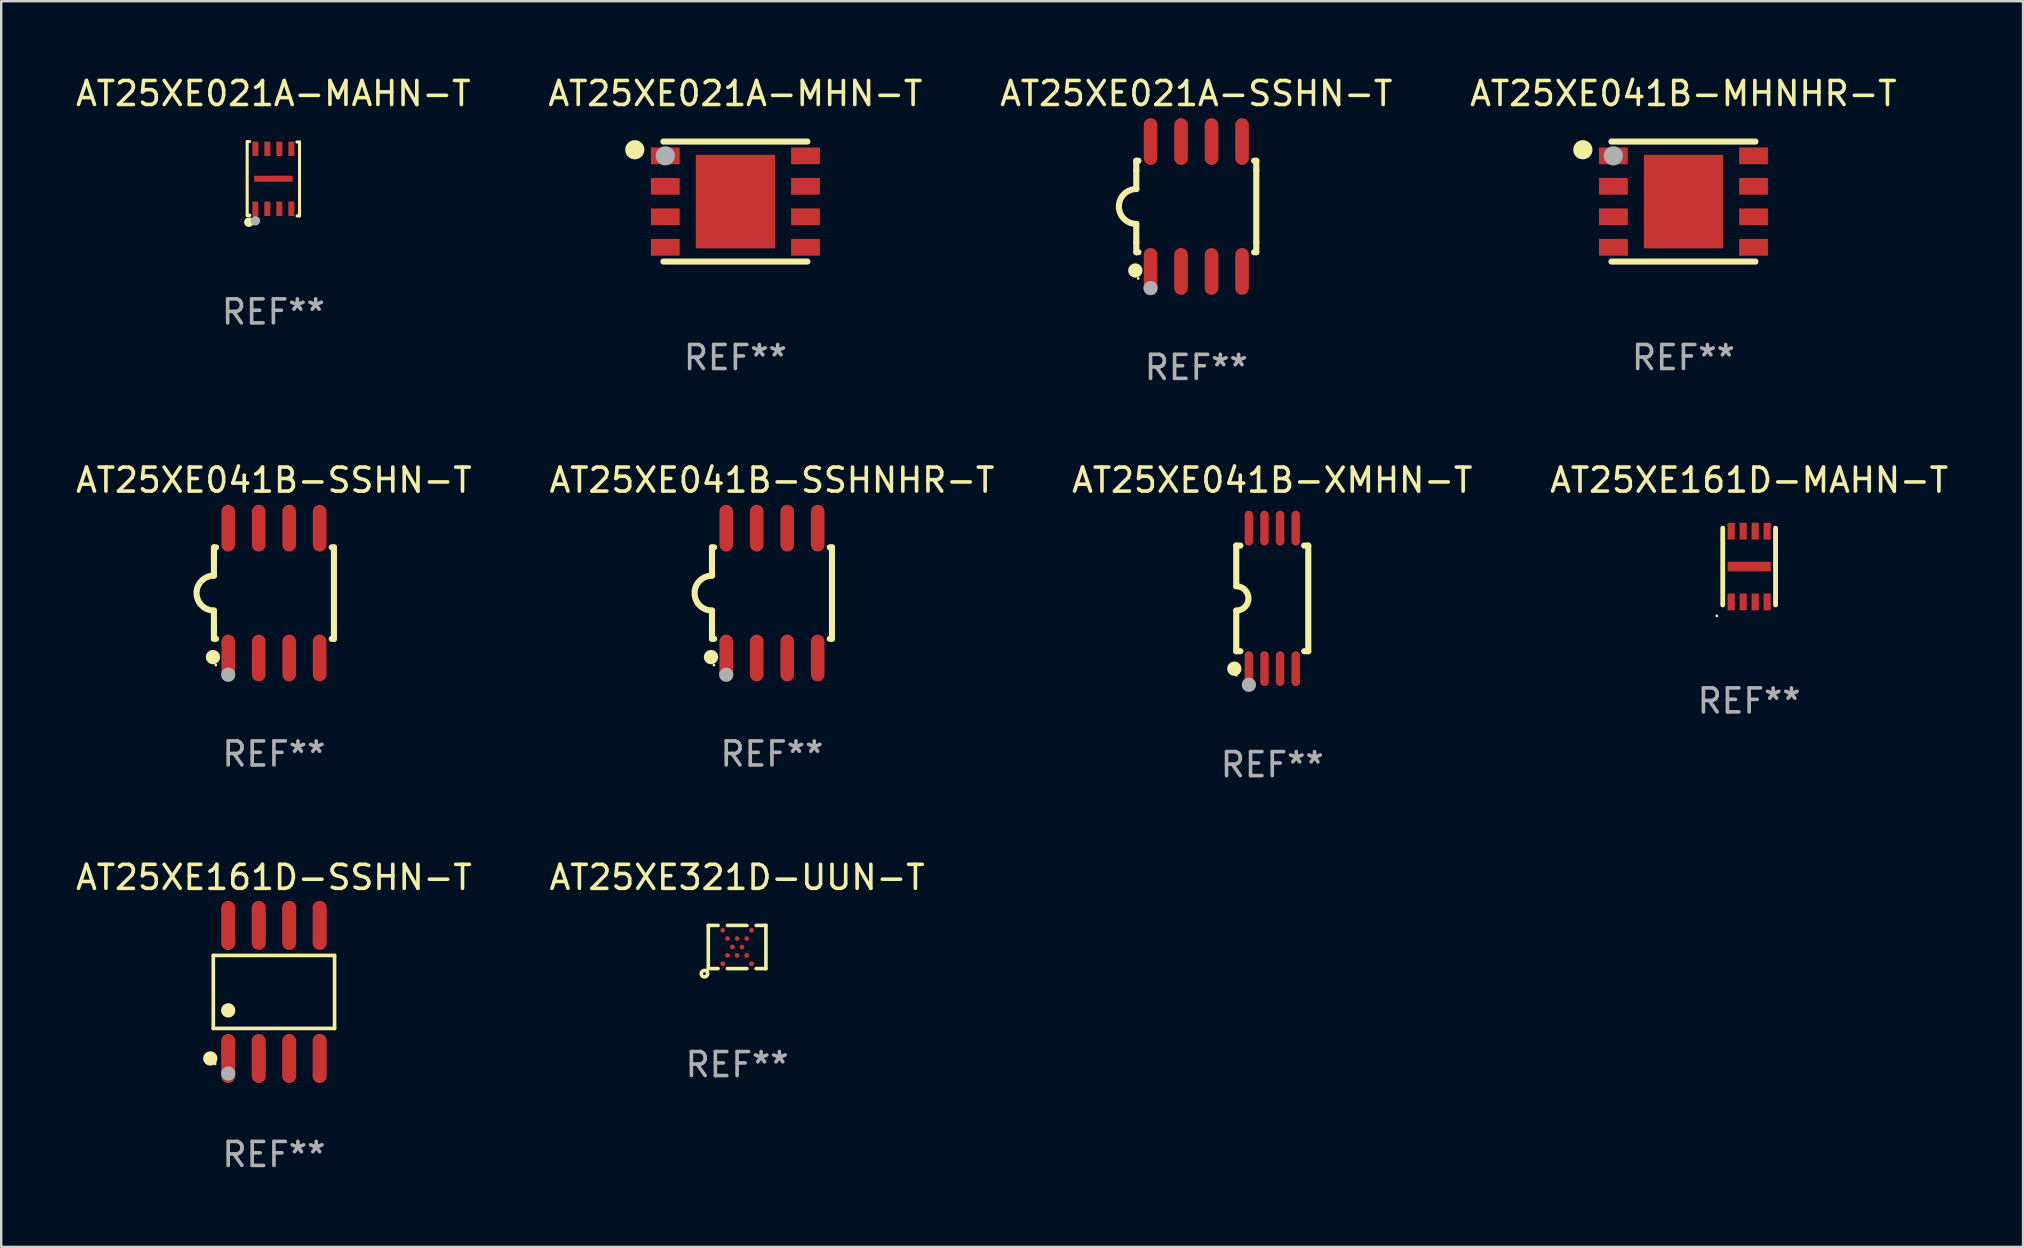
<source format=kicad_pcb>
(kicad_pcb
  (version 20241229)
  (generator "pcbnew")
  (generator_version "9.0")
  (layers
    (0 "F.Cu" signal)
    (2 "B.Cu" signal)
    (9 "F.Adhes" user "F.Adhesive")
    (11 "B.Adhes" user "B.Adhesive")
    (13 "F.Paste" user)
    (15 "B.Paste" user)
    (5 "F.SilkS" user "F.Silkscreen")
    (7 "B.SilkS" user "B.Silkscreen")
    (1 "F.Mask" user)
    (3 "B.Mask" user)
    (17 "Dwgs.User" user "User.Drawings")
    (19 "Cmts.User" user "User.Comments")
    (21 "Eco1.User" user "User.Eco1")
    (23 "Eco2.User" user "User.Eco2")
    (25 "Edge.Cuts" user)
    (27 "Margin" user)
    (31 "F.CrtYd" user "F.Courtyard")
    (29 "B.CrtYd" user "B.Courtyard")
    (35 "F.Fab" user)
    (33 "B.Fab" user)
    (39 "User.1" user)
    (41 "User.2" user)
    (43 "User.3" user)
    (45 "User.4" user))
  (footprint "AT25XE321D-UUN-T"
    (layer "F.Cu")
    (at 27.661 36.406)
    (property "Reference" "AT25XE321D-UUN-T" (at 0 -2.9 0) (layer "F.SilkS") (effects (font (size 1 1) (thickness 0.15))))
    (attr through_hole)
    (fp_line (start -1.2 -0.9) (end -1.2 0.9) (stroke (width 0.15) (type solid)) (layer "F.SilkS"))
    (fp_line (start -1.2 -0.9) (end -0.794 -0.9) (stroke (width 0.15) (type solid)) (layer "F.SilkS"))
    (fp_line (start -1.2 0.9) (end -0.794 0.9) (stroke (width 0.15) (type solid)) (layer "F.SilkS"))
    (fp_line (start -0.406 -0.9) (end 0.406 -0.9) (stroke (width 0.15) (type solid)) (layer "F.SilkS"))
    (fp_line (start -0.406 0.9) (end 0.406 0.9) (stroke (width 0.15) (type solid)) (layer "F.SilkS"))
    (fp_line (start 0.794 -0.9) (end 1.2 -0.9) (stroke (width 0.15) (type solid)) (layer "F.SilkS"))
    (fp_line (start 0.794 0.9) (end 1.2 0.9) (stroke (width 0.15) (type solid)) (layer "F.SilkS"))
    (fp_line (start 1.2 -0.9) (end 1.2 0.9) (stroke (width 0.15) (type solid)) (layer "F.SilkS"))
    (fp_circle (center -1.36 1.11) (end -1.3 1.11) (stroke (width 0.15) (type solid)) (fill no) (layer "F.SilkS"))
    (fp_text user "REF**" (at 0 4.9 0) (layer "F.Fab") (effects (font (size 1 1) (thickness 0.15))))
    (pad "A1" smd circle (at -0.6 0.7) (size 0.2 0.2) (layers "F.Cu" "F.Mask" "F.Paste"))
    (pad "A5" smd circle (at -0.6 -0.7) (size 0.2 0.2) (layers "F.Cu" "F.Mask" "F.Paste"))
    (pad "B2" smd circle (at -0.4 0.35) (size 0.2 0.2) (layers "F.Cu" "F.Mask" "F.Paste"))
    (pad "B4" smd circle (at -0.4 -0.35) (size 0.2 0.2) (layers "F.Cu" "F.Mask" "F.Paste"))
    (pad "C3" smd circle (at -0.2 0.000013) (size 0.2 0.2) (layers "F.Cu" "F.Mask" "F.Paste"))
    (pad "D2" smd circle (at 0 0.35) (size 0.2 0.2) (layers "F.Cu" "F.Mask" "F.Paste"))
    (pad "D4" smd circle (at 0 -0.35) (size 0.2 0.2) (layers "F.Cu" "F.Mask" "F.Paste"))
    (pad "E3" smd circle (at 0.2 0.000013) (size 0.2 0.2) (layers "F.Cu" "F.Mask" "F.Paste"))
    (pad "F2" smd circle (at 0.4 0.35) (size 0.2 0.2) (layers "F.Cu" "F.Mask" "F.Paste"))
    (pad "F4" smd circle (at 0.4 -0.35) (size 0.2 0.2) (layers "F.Cu" "F.Mask" "F.Paste"))
    (pad "G1" smd circle (at 0.6 0.7) (size 0.2 0.2) (layers "F.Cu" "F.Mask" "F.Paste"))
    (pad "G5" smd circle (at 0.6 -0.7) (size 0.2 0.2) (layers "F.Cu" "F.Mask" "F.Paste")))
  (footprint "AT25XE021A-MHN-T"
    (layer "F.Cu")
    (at 27.589 5.348)
    (property "Reference" "AT25XE021A-MHN-T" (at 0 -4.5 0) (layer "F.SilkS") (effects (font (size 1 1) (thickness 0.15))))
    (attr through_hole)
    (fp_line (start 3 -2.5) (end -3 -2.5) (stroke (width 0.254) (type solid)) (layer "F.SilkS"))
    (fp_line (start 3 2.5) (end -3 2.5) (stroke (width 0.254) (type solid)) (layer "F.SilkS"))
    (fp_circle (center -4.191 -2.159) (end -3.991 -2.159) (stroke (width 0.4) (type solid)) (fill no) (layer "F.SilkS"))
    (fp_circle (center -3 -2.5) (end -2.97 -2.5) (stroke (width 0.06) (type solid)) (fill no) (layer "F.SilkS"))
    (fp_circle (center -2.92 -1.905) (end -2.72 -1.905) (stroke (width 0.4) (type solid)) (fill no) (layer "F.Fab"))
    (fp_text user "REF**" (at 0 6.5 0) (layer "F.Fab") (effects (font (size 1 1) (thickness 0.15))))
    (pad "1" smd rect (at -2.92 -1.905) (size 1.2 0.7) (layers "F.Cu" "F.Mask" "F.Paste"))
    (pad "2" smd rect (at -2.92 -0.635) (size 1.2 0.7) (layers "F.Cu" "F.Mask" "F.Paste"))
    (pad "3" smd rect (at -2.92 0.635) (size 1.2 0.7) (layers "F.Cu" "F.Mask" "F.Paste"))
    (pad "4" smd rect (at -2.92 1.905) (size 1.2 0.7) (layers "F.Cu" "F.Mask" "F.Paste"))
    (pad "5" smd rect (at 2.92 1.905) (size 1.2 0.7) (layers "F.Cu" "F.Mask" "F.Paste"))
    (pad "6" smd rect (at 2.92 0.635) (size 1.2 0.7) (layers "F.Cu" "F.Mask" "F.Paste"))
    (pad "7" smd rect (at 2.92 -0.635) (size 1.2 0.7) (layers "F.Cu" "F.Mask" "F.Paste"))
    (pad "8" smd rect (at 2.92 -1.905) (size 1.2 0.7) (layers "F.Cu" "F.Mask" "F.Paste"))
    (pad "9" smd rect (at 0 0) (size 3.3 3.9) (layers "F.Cu" "F.Mask" "F.Paste")))
  (footprint "AT25XE041B-SSHNHR-T"
    (layer "F.Cu")
    (at 29.113 21.66)
    (property "Reference" "AT25XE041B-SSHNHR-T" (at 0 -4.705 0) (layer "F.SilkS") (effects (font (size 1 1) (thickness 0.15))))
    (attr through_hole)
    (fp_line (start -2.5 -1.905) (end -2.409 -1.905) (stroke (width 0.254) (type solid)) (layer "F.SilkS"))
    (fp_line (start -2.5 -1.5) (end -2.5 -1.905) (stroke (width 0.254) (type solid)) (layer "F.SilkS"))
    (fp_line (start -2.5 -1.5) (end -2.5 -0.726) (stroke (width 0.254) (type solid)) (layer "F.SilkS"))
    (fp_line (start -2.5 1.5) (end -2.5 0.727) (stroke (width 0.254) (type solid)) (layer "F.SilkS"))
    (fp_line (start -2.5 1.5) (end -2.5 1.905) (stroke (width 0.254) (type solid)) (layer "F.SilkS"))
    (fp_line (start -2.5 1.905) (end -2.409 1.905) (stroke (width 0.254) (type solid)) (layer "F.SilkS"))
    (fp_line (start 2.5 -1.905) (end 2.409 -1.905) (stroke (width 0.254) (type solid)) (layer "F.SilkS"))
    (fp_line (start 2.5 -1.5) (end 2.5 -1.905) (stroke (width 0.254) (type solid)) (layer "F.SilkS"))
    (fp_line (start 2.5 -1.5) (end 2.5 1.5) (stroke (width 0.254) (type solid)) (layer "F.SilkS"))
    (fp_line (start 2.5 1.5) (end 2.5 1.905) (stroke (width 0.254) (type solid)) (layer "F.SilkS"))
    (fp_line (start 2.5 1.905) (end 2.409 1.905) (stroke (width 0.254) (type solid)) (layer "F.SilkS"))
    (fp_arc (start -2.5 0.726568) (mid -3.220316 -0.0023) (end -2.495097 -0.726289) (stroke (width 0.254001) (type solid)) (layer "F.SilkS"))
    (fp_circle (center -2.54 2.667) (end -2.39 2.667) (stroke (width 0.3) (type solid)) (fill no) (layer "F.SilkS"))
    (fp_circle (center -2.42 3) (end -2.39 3) (stroke (width 0.06) (type solid)) (fill no) (layer "F.SilkS"))
    (fp_circle (center -1.905 3.4) (end -1.755 3.4) (stroke (width 0.3) (type solid)) (fill no) (layer "F.Fab"))
    (fp_text user "REF**" (at 0 6.705 0) (layer "F.Fab") (effects (font (size 1 1) (thickness 0.15))))
    (pad "1" smd oval (at -1.905 2.705) (size 0.568 1.95) (layers "F.Cu" "F.Mask" "F.Paste"))
    (pad "2" smd oval (at -0.635 2.705) (size 0.568 1.95) (layers "F.Cu" "F.Mask" "F.Paste"))
    (pad "3" smd oval (at 0.635 2.705) (size 0.568 1.95) (layers "F.Cu" "F.Mask" "F.Paste"))
    (pad "4" smd oval (at 1.905 2.705) (size 0.568 1.95) (layers "F.Cu" "F.Mask" "F.Paste"))
    (pad "5" smd oval (at 1.905 -2.705) (size 0.568 1.95) (layers "F.Cu" "F.Mask" "F.Paste"))
    (pad "6" smd oval (at 0.635 -2.705) (size 0.568 1.95) (layers "F.Cu" "F.Mask" "F.Paste"))
    (pad "7" smd oval (at -0.635 -2.705) (size 0.568 1.95) (layers "F.Cu" "F.Mask" "F.Paste"))
    (pad "8" smd oval (at -1.905 -2.705) (size 0.568 1.95) (layers "F.Cu" "F.Mask" "F.Paste")))
  (footprint "AT25XE021A-SSHN-T"
    (layer "F.Cu")
    (at 46.792 5.553)
    (property "Reference" "AT25XE021A-SSHN-T" (at 0 -4.705 0) (layer "F.SilkS") (effects (font (size 1 1) (thickness 0.15))))
    (attr through_hole)
    (fp_line (start -2.5 -1.905) (end -2.409 -1.905) (stroke (width 0.254) (type solid)) (layer "F.SilkS"))
    (fp_line (start -2.5 -1.5) (end -2.5 -1.905) (stroke (width 0.254) (type solid)) (layer "F.SilkS"))
    (fp_line (start -2.5 -1.5) (end -2.5 -0.726) (stroke (width 0.254) (type solid)) (layer "F.SilkS"))
    (fp_line (start -2.5 1.5) (end -2.5 0.727) (stroke (width 0.254) (type solid)) (layer "F.SilkS"))
    (fp_line (start -2.5 1.5) (end -2.5 1.905) (stroke (width 0.254) (type solid)) (layer "F.SilkS"))
    (fp_line (start -2.5 1.905) (end -2.409 1.905) (stroke (width 0.254) (type solid)) (layer "F.SilkS"))
    (fp_line (start 2.5 -1.905) (end 2.409 -1.905) (stroke (width 0.254) (type solid)) (layer "F.SilkS"))
    (fp_line (start 2.5 -1.5) (end 2.5 -1.905) (stroke (width 0.254) (type solid)) (layer "F.SilkS"))
    (fp_line (start 2.5 -1.5) (end 2.5 1.5) (stroke (width 0.254) (type solid)) (layer "F.SilkS"))
    (fp_line (start 2.5 1.5) (end 2.5 1.905) (stroke (width 0.254) (type solid)) (layer "F.SilkS"))
    (fp_line (start 2.5 1.905) (end 2.409 1.905) (stroke (width 0.254) (type solid)) (layer "F.SilkS"))
    (fp_arc (start -2.5 0.726568) (mid -3.220316 -0.0023) (end -2.495097 -0.726289) (stroke (width 0.254001) (type solid)) (layer "F.SilkS"))
    (fp_circle (center -2.54 2.667) (end -2.39 2.667) (stroke (width 0.3) (type solid)) (fill no) (layer "F.SilkS"))
    (fp_circle (center -2.42 3) (end -2.39 3) (stroke (width 0.06) (type solid)) (fill no) (layer "F.SilkS"))
    (fp_circle (center -1.905 3.4) (end -1.755 3.4) (stroke (width 0.3) (type solid)) (fill no) (layer "F.Fab"))
    (fp_text user "REF**" (at 0 6.705 0) (layer "F.Fab") (effects (font (size 1 1) (thickness 0.15))))
    (pad "1" smd oval (at -1.905 2.705) (size 0.568 1.95) (layers "F.Cu" "F.Mask" "F.Paste"))
    (pad "2" smd oval (at -0.635 2.705) (size 0.568 1.95) (layers "F.Cu" "F.Mask" "F.Paste"))
    (pad "3" smd oval (at 0.635 2.705) (size 0.568 1.95) (layers "F.Cu" "F.Mask" "F.Paste"))
    (pad "4" smd oval (at 1.905 2.705) (size 0.568 1.95) (layers "F.Cu" "F.Mask" "F.Paste"))
    (pad "5" smd oval (at 1.905 -2.705) (size 0.568 1.95) (layers "F.Cu" "F.Mask" "F.Paste"))
    (pad "6" smd oval (at 0.635 -2.705) (size 0.568 1.95) (layers "F.Cu" "F.Mask" "F.Paste"))
    (pad "7" smd oval (at -0.635 -2.705) (size 0.568 1.95) (layers "F.Cu" "F.Mask" "F.Paste"))
    (pad "8" smd oval (at -1.905 -2.705) (size 0.568 1.95) (layers "F.Cu" "F.Mask" "F.Paste")))
  (footprint "AT25XE161D-SSHN-T"
    (layer "F.Cu")
    (at 8.363 38.278)
    (property "Reference" "AT25XE161D-SSHN-T" (at 0 -4.772 0) (layer "F.SilkS") (effects (font (size 1 1) (thickness 0.15))))
    (attr through_hole)
    (fp_line (start -2.526 -1.521) (end 2.526 -1.521) (stroke (width 0.152) (type solid)) (layer "F.SilkS"))
    (fp_line (start -2.526 1.521) (end -2.526 -1.521) (stroke (width 0.152) (type solid)) (layer "F.SilkS"))
    (fp_line (start 2.526 -1.521) (end 2.526 1.521) (stroke (width 0.152) (type solid)) (layer "F.SilkS"))
    (fp_line (start 2.526 1.521) (end -2.526 1.521) (stroke (width 0.152) (type solid)) (layer "F.SilkS"))
    (fp_circle (center -2.652 2.772) (end -2.501 2.772) (stroke (width 0.3) (type solid)) (fill no) (layer "F.SilkS"))
    (fp_circle (center -2.45 3) (end -2.42 3) (stroke (width 0.06) (type solid)) (fill no) (layer "F.SilkS"))
    (fp_circle (center -1.905 0.769) (end -1.755 0.769) (stroke (width 0.3) (type solid)) (fill no) (layer "F.SilkS"))
    (fp_circle (center -1.905 3.4) (end -1.755 3.4) (stroke (width 0.3) (type solid)) (fill no) (layer "F.Fab"))
    (fp_text user "REF**" (at 0 6.772 0) (layer "F.Fab") (effects (font (size 1 1) (thickness 0.15))))
    (pad "1" smd oval (at -1.905 2.772) (size 0.588 2.045) (layers "F.Cu" "F.Mask" "F.Paste"))
    (pad "2" smd oval (at -0.635 2.772) (size 0.588 2.045) (layers "F.Cu" "F.Mask" "F.Paste"))
    (pad "3" smd oval (at 0.635 2.772) (size 0.588 2.045) (layers "F.Cu" "F.Mask" "F.Paste"))
    (pad "4" smd oval (at 1.905 2.772) (size 0.588 2.045) (layers "F.Cu" "F.Mask" "F.Paste"))
    (pad "5" smd oval (at 1.905 -2.772) (size 0.588 2.045) (layers "F.Cu" "F.Mask" "F.Paste"))
    (pad "6" smd oval (at 0.635 -2.772) (size 0.588 2.045) (layers "F.Cu" "F.Mask" "F.Paste"))
    (pad "7" smd oval (at -0.635 -2.772) (size 0.588 2.045) (layers "F.Cu" "F.Mask" "F.Paste"))
    (pad "8" smd oval (at -1.905 -2.772) (size 0.588 2.045) (layers "F.Cu" "F.Mask" "F.Paste")))
  (footprint "AT25XE041B-SSHN-T"
    (layer "F.Cu")
    (at 8.363 21.66)
    (property "Reference" "AT25XE041B-SSHN-T" (at 0 -4.705 0) (layer "F.SilkS") (effects (font (size 1 1) (thickness 0.15))))
    (attr through_hole)
    (fp_line (start -2.5 -1.905) (end -2.409 -1.905) (stroke (width 0.254) (type solid)) (layer "F.SilkS"))
    (fp_line (start -2.5 -1.5) (end -2.5 -1.905) (stroke (width 0.254) (type solid)) (layer "F.SilkS"))
    (fp_line (start -2.5 -1.5) (end -2.5 -0.726) (stroke (width 0.254) (type solid)) (layer "F.SilkS"))
    (fp_line (start -2.5 1.5) (end -2.5 0.727) (stroke (width 0.254) (type solid)) (layer "F.SilkS"))
    (fp_line (start -2.5 1.5) (end -2.5 1.905) (stroke (width 0.254) (type solid)) (layer "F.SilkS"))
    (fp_line (start -2.5 1.905) (end -2.409 1.905) (stroke (width 0.254) (type solid)) (layer "F.SilkS"))
    (fp_line (start 2.5 -1.905) (end 2.409 -1.905) (stroke (width 0.254) (type solid)) (layer "F.SilkS"))
    (fp_line (start 2.5 -1.5) (end 2.5 -1.905) (stroke (width 0.254) (type solid)) (layer "F.SilkS"))
    (fp_line (start 2.5 -1.5) (end 2.5 1.5) (stroke (width 0.254) (type solid)) (layer "F.SilkS"))
    (fp_line (start 2.5 1.5) (end 2.5 1.905) (stroke (width 0.254) (type solid)) (layer "F.SilkS"))
    (fp_line (start 2.5 1.905) (end 2.409 1.905) (stroke (width 0.254) (type solid)) (layer "F.SilkS"))
    (fp_arc (start -2.5 0.726568) (mid -3.220316 -0.0023) (end -2.495097 -0.726289) (stroke (width 0.254001) (type solid)) (layer "F.SilkS"))
    (fp_circle (center -2.54 2.667) (end -2.39 2.667) (stroke (width 0.3) (type solid)) (fill no) (layer "F.SilkS"))
    (fp_circle (center -2.42 3) (end -2.39 3) (stroke (width 0.06) (type solid)) (fill no) (layer "F.SilkS"))
    (fp_circle (center -1.905 3.4) (end -1.755 3.4) (stroke (width 0.3) (type solid)) (fill no) (layer "F.Fab"))
    (fp_text user "REF**" (at 0 6.705 0) (layer "F.Fab") (effects (font (size 1 1) (thickness 0.15))))
    (pad "1" smd oval (at -1.905 2.705) (size 0.568 1.95) (layers "F.Cu" "F.Mask" "F.Paste"))
    (pad "2" smd oval (at -0.635 2.705) (size 0.568 1.95) (layers "F.Cu" "F.Mask" "F.Paste"))
    (pad "3" smd oval (at 0.635 2.705) (size 0.568 1.95) (layers "F.Cu" "F.Mask" "F.Paste"))
    (pad "4" smd oval (at 1.905 2.705) (size 0.568 1.95) (layers "F.Cu" "F.Mask" "F.Paste"))
    (pad "5" smd oval (at 1.905 -2.705) (size 0.568 1.95) (layers "F.Cu" "F.Mask" "F.Paste"))
    (pad "6" smd oval (at 0.635 -2.705) (size 0.568 1.95) (layers "F.Cu" "F.Mask" "F.Paste"))
    (pad "7" smd oval (at -0.635 -2.705) (size 0.568 1.95) (layers "F.Cu" "F.Mask" "F.Paste"))
    (pad "8" smd oval (at -1.905 -2.705) (size 0.568 1.95) (layers "F.Cu" "F.Mask" "F.Paste")))
  (footprint "AT25XE041B-XMHN-T"
    (layer "F.Cu")
    (at 49.958 21.882)
    (property "Reference" "AT25XE041B-XMHN-T" (at 0 -4.927 0) (layer "F.SilkS") (effects (font (size 1 1) (thickness 0.15))))
    (attr through_hole)
    (fp_line (start -1.5 -2.2) (end -1.5 -0.508) (stroke (width 0.254) (type solid)) (layer "F.SilkS"))
    (fp_line (start -1.5 -2.2) (end -1.328 -2.2) (stroke (width 0.254) (type solid)) (layer "F.SilkS"))
    (fp_line (start -1.5 2.2) (end -1.5 0.508) (stroke (width 0.254) (type solid)) (layer "F.SilkS"))
    (fp_line (start -1.5 2.2) (end -1.328 2.2) (stroke (width 0.254) (type solid)) (layer "F.SilkS"))
    (fp_line (start 1.328 -2.2) (end 1.5 -2.2) (stroke (width 0.254) (type solid)) (layer "F.SilkS"))
    (fp_line (start 1.328 2.2) (end 1.5 2.2) (stroke (width 0.254) (type solid)) (layer "F.SilkS"))
    (fp_line (start 1.5 -2.2) (end 1.5 2.2) (stroke (width 0.254) (type solid)) (layer "F.SilkS"))
    (fp_arc (start -1.501144 -0.508) (mid -0.993143 -0.000571) (end -1.5 0.508001) (stroke (width 0.254001) (type solid)) (layer "F.SilkS"))
    (fp_circle (center -1.581 2.927) (end -1.431 2.927) (stroke (width 0.3) (type solid)) (fill no) (layer "F.SilkS"))
    (fp_circle (center -1.5 3.2) (end -1.47 3.2) (stroke (width 0.06) (type solid)) (fill no) (layer "F.SilkS"))
    (fp_circle (center -0.975 3.6) (end -0.825 3.6) (stroke (width 0.3) (type solid)) (fill no) (layer "F.Fab"))
    (fp_text user "REF**" (at 0 6.927 0) (layer "F.Fab") (effects (font (size 1 1) (thickness 0.15))))
    (pad "1" smd oval (at -0.975 2.927) (size 0.353 1.454) (layers "F.Cu" "F.Mask" "F.Paste"))
    (pad "2" smd oval (at -0.325 2.927) (size 0.353 1.454) (layers "F.Cu" "F.Mask" "F.Paste"))
    (pad "3" smd oval (at 0.325 2.927) (size 0.353 1.454) (layers "F.Cu" "F.Mask" "F.Paste"))
    (pad "4" smd oval (at 0.975 2.927) (size 0.353 1.454) (layers "F.Cu" "F.Mask" "F.Paste"))
    (pad "5" smd oval (at 0.975 -2.927) (size 0.353 1.454) (layers "F.Cu" "F.Mask" "F.Paste"))
    (pad "6" smd oval (at 0.325 -2.927) (size 0.353 1.454) (layers "F.Cu" "F.Mask" "F.Paste"))
    (pad "7" smd oval (at -0.325 -2.927) (size 0.353 1.454) (layers "F.Cu" "F.Mask" "F.Paste"))
    (pad "8" smd oval (at -0.975 -2.927) (size 0.353 1.454) (layers "F.Cu" "F.Mask" "F.Paste")))
  (footprint "AT25XE021A-MAHN-T"
    (layer "F.Cu")
    (at 8.339 4.397)
    (property "Reference" "AT25XE021A-MAHN-T" (at 0 -3.549 0) (layer "F.SilkS") (effects (font (size 1 1) (thickness 0.15))))
    (attr through_hole)
    (fp_line (start -1.09 -1.549) (end -1.09 1.531) (stroke (width 0.127) (type solid)) (layer "F.SilkS"))
    (fp_line (start -1.09 1.531) (end -0.98 1.531) (stroke (width 0.127) (type solid)) (layer "F.SilkS"))
    (fp_line (start -0.99 -1.549) (end -1.09 -1.549) (stroke (width 0.127) (type solid)) (layer "F.SilkS"))
    (fp_line (start 0.99 1.549) (end 1.09 1.549) (stroke (width 0.127) (type solid)) (layer "F.SilkS"))
    (fp_line (start 1.09 -1.531) (end 0.98 -1.531) (stroke (width 0.127) (type solid)) (layer "F.SilkS"))
    (fp_line (start 1.09 1.549) (end 1.09 -1.531) (stroke (width 0.127) (type solid)) (layer "F.SilkS"))
    (fp_circle (center -1.02 1.811) (end -0.92 1.811) (stroke (width 0.2) (type solid)) (fill no) (layer "F.SilkS"))
    (fp_circle (center -1 1.5) (end -0.97 1.5) (stroke (width 0.06) (type solid)) (fill no) (layer "F.SilkS"))
    (fp_circle (center -0.75 1.751) (end -0.65 1.751) (stroke (width 0.2) (type solid)) (fill no) (layer "F.Fab"))
    (fp_text user "REF**" (at 0 5.549 0) (layer "F.Fab") (effects (font (size 1 1) (thickness 0.15))))
    (pad "1" smd rect (at -0.75 1.25 180) (size 0.25 0.6) (layers "F.Cu" "F.Mask" "F.Paste"))
    (pad "2" smd rect (at -0.252 1.252 180) (size 0.25 0.6) (layers "F.Cu" "F.Mask" "F.Paste"))
    (pad "3" smd rect (at 0.248 1.252 180) (size 0.25 0.6) (layers "F.Cu" "F.Mask" "F.Paste"))
    (pad "4" smd rect (at 0.748 1.252 180) (size 0.25 0.6) (layers "F.Cu" "F.Mask" "F.Paste"))
    (pad "5" smd rect (at 0.75 -1.25 180) (size 0.25 0.6) (layers "F.Cu" "F.Mask" "F.Paste"))
    (pad "6" smd rect (at 0.25 -1.25 180) (size 0.25 0.6) (layers "F.Cu" "F.Mask" "F.Paste"))
    (pad "7" smd rect (at -0.25 -1.25 180) (size 0.25 0.6) (layers "F.Cu" "F.Mask" "F.Paste"))
    (pad "8" smd rect (at -0.75 -1.25 180) (size 0.25 0.6) (layers "F.Cu" "F.Mask" "F.Paste"))
    (pad "9" smd rect (at -0.000102 0 270) (size 0.25 1.6) (layers "F.Cu" "F.Mask" "F.Paste")))
  (footprint "AT25XE161D-MAHN-T"
    (layer "F.Cu")
    (at 69.827 20.555)
    (property "Reference" "AT25XE161D-MAHN-T" (at 0 -3.6 0) (layer "F.SilkS") (effects (font (size 1 1) (thickness 0.15))))
    (attr through_hole)
    (fp_line (start -1.1 1.6) (end -1.1 -1.6) (stroke (width 0.2) (type solid)) (layer "F.SilkS"))
    (fp_line (start 1.1 1.6) (end 1.1 -1.6) (stroke (width 0.2) (type solid)) (layer "F.SilkS"))
    (fp_circle (center -1.348 2.052) (end -1.318 2.052) (stroke (width 0.06) (type solid)) (fill no) (layer "F.SilkS"))
    (fp_text user "REF**" (at 0 5.6 0) (layer "F.Fab") (effects (font (size 1 1) (thickness 0.15))))
    (pad "1" smd rect (at -0.75 1.473 90) (size 0.7 0.3) (layers "F.Cu" "F.Mask" "F.Paste"))
    (pad "2" smd rect (at -0.25 1.473 90) (size 0.7 0.3) (layers "F.Cu" "F.Mask" "F.Paste"))
    (pad "3" smd rect (at 0.25 1.473 90) (size 0.7 0.3) (layers "F.Cu" "F.Mask" "F.Paste"))
    (pad "4" smd rect (at 0.75 1.473 90) (size 0.7 0.3) (layers "F.Cu" "F.Mask" "F.Paste"))
    (pad "5" smd rect (at 0.75 -1.473 90) (size 0.7 0.3) (layers "F.Cu" "F.Mask" "F.Paste"))
    (pad "6" smd rect (at 0.25 -1.473 90) (size 0.7 0.3) (layers "F.Cu" "F.Mask" "F.Paste"))
    (pad "7" smd rect (at -0.25 -1.473 90) (size 0.7 0.3) (layers "F.Cu" "F.Mask" "F.Paste"))
    (pad "8" smd rect (at -0.75 -1.473 90) (size 0.7 0.3) (layers "F.Cu" "F.Mask" "F.Paste"))
    (pad "9" smd rect (at 0.000127 0) (size 1.8 0.4) (layers "F.Cu" "F.Mask" "F.Paste")))
  (footprint "AT25XE041B-MHNHR-T"
    (layer "F.Cu")
    (at 67.089 5.348)
    (property "Reference" "AT25XE041B-MHNHR-T" (at 0 -4.5 0) (layer "F.SilkS") (effects (font (size 1 1) (thickness 0.15))))
    (attr through_hole)
    (fp_line (start 3 -2.5) (end -3 -2.5) (stroke (width 0.254) (type solid)) (layer "F.SilkS"))
    (fp_line (start 3 2.5) (end -3 2.5) (stroke (width 0.254) (type solid)) (layer "F.SilkS"))
    (fp_circle (center -4.191 -2.159) (end -3.991 -2.159) (stroke (width 0.4) (type solid)) (fill no) (layer "F.SilkS"))
    (fp_circle (center -3 -2.5) (end -2.97 -2.5) (stroke (width 0.06) (type solid)) (fill no) (layer "F.SilkS"))
    (fp_circle (center -2.92 -1.905) (end -2.72 -1.905) (stroke (width 0.4) (type solid)) (fill no) (layer "F.Fab"))
    (fp_text user "REF**" (at 0 6.5 0) (layer "F.Fab") (effects (font (size 1 1) (thickness 0.15))))
    (pad "1" smd rect (at -2.92 -1.905) (size 1.2 0.7) (layers "F.Cu" "F.Mask" "F.Paste"))
    (pad "2" smd rect (at -2.92 -0.635) (size 1.2 0.7) (layers "F.Cu" "F.Mask" "F.Paste"))
    (pad "3" smd rect (at -2.92 0.635) (size 1.2 0.7) (layers "F.Cu" "F.Mask" "F.Paste"))
    (pad "4" smd rect (at -2.92 1.905) (size 1.2 0.7) (layers "F.Cu" "F.Mask" "F.Paste"))
    (pad "5" smd rect (at 2.92 1.905) (size 1.2 0.7) (layers "F.Cu" "F.Mask" "F.Paste"))
    (pad "6" smd rect (at 2.92 0.635) (size 1.2 0.7) (layers "F.Cu" "F.Mask" "F.Paste"))
    (pad "7" smd rect (at 2.92 -0.635) (size 1.2 0.7) (layers "F.Cu" "F.Mask" "F.Paste"))
    (pad "8" smd rect (at 2.92 -1.905) (size 1.2 0.7) (layers "F.Cu" "F.Mask" "F.Paste"))
    (pad "9" smd rect (at 0 0) (size 3.3 3.9) (layers "F.Cu" "F.Mask" "F.Paste")))
  (gr_rect
    (start -3 -3)
    (end 81.238 48.899)
    (stroke (width 0.1) (type default))
    (fill no)
    (layer "Edge.Cuts")))
</source>
